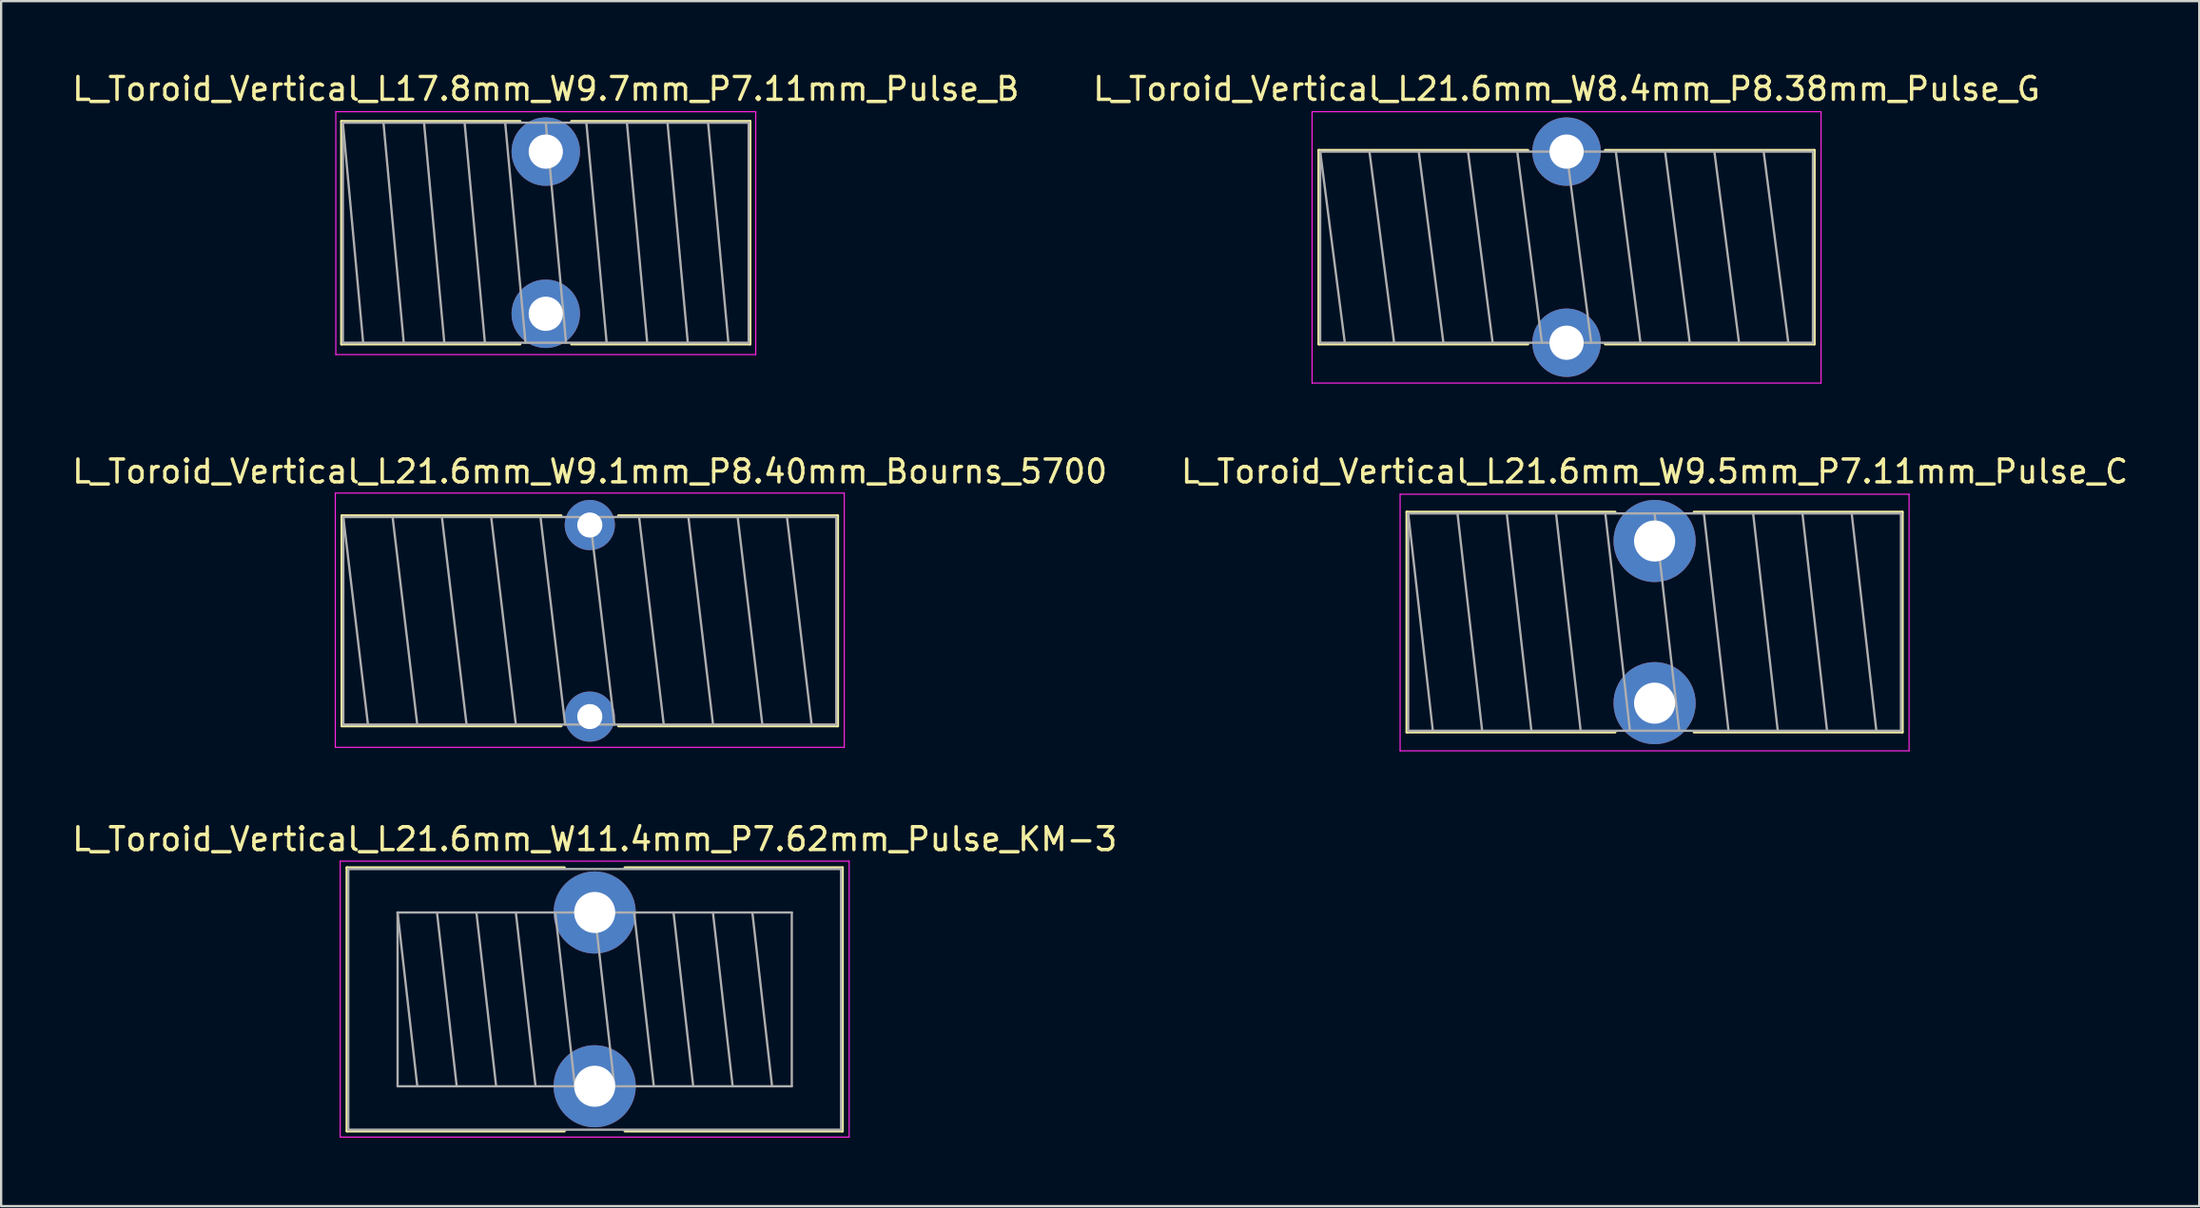
<source format=kicad_pcb>
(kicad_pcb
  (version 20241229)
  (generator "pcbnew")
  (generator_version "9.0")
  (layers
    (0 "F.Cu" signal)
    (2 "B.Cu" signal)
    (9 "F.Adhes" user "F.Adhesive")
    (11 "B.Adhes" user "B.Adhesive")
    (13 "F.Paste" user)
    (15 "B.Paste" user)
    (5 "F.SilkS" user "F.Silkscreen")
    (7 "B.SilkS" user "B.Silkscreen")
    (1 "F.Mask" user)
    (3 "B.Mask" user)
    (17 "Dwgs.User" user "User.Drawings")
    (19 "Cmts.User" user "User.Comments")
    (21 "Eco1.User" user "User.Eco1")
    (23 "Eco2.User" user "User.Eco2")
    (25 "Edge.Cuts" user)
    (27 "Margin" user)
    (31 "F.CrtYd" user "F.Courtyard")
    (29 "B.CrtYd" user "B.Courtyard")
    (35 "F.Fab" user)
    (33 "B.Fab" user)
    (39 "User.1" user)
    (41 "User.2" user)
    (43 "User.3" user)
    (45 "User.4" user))
  (footprint "L_Toroid_Vertical_L21.6mm_W8.4mm_P8.38mm_Pulse_G"
    (layer "F.Cu")
    (at 65.589 3.598)
    (property "Reference" "L_Toroid_Vertical_L21.6mm_W8.4mm_P8.38mm_Pulse_G" (at 0 -2.75 0) (layer "F.SilkS") (effects (font (size 1 1) (thickness 0.15))))
    (attr through_hole)
    (fp_line (start -10.855 -0.06) (end -10.855 8.44) (stroke (width 0.12) (type solid)) (layer "F.SilkS"))
    (fp_line (start -10.855 -0.06) (end -1.695 -0.06) (stroke (width 0.12) (type solid)) (layer "F.SilkS"))
    (fp_line (start -10.855 8.44) (end -1.695 8.44) (stroke (width 0.12) (type solid)) (layer "F.SilkS"))
    (fp_line (start 1.695 -0.06) (end 10.855 -0.06) (stroke (width 0.12) (type solid)) (layer "F.SilkS"))
    (fp_line (start 1.695 8.44) (end 10.855 8.44) (stroke (width 0.12) (type solid)) (layer "F.SilkS"))
    (fp_line (start 10.855 -0.06) (end 10.855 8.44) (stroke (width 0.12) (type solid)) (layer "F.SilkS"))
    (fp_line (start -11.15 -1.75) (end -11.15 10.15) (stroke (width 0.05) (type solid)) (layer "F.CrtYd"))
    (fp_line (start -11.15 10.15) (end 11.15 10.15) (stroke (width 0.05) (type solid)) (layer "F.CrtYd"))
    (fp_line (start 11.15 -1.75) (end -11.15 -1.75) (stroke (width 0.05) (type solid)) (layer "F.CrtYd"))
    (fp_line (start 11.15 10.15) (end 11.15 -1.75) (stroke (width 0.05) (type solid)) (layer "F.CrtYd"))
    (fp_line (start -10.795 0) (end -10.795 8.38) (stroke (width 0.1) (type solid)) (layer "F.Fab"))
    (fp_line (start -10.795 0) (end -9.716 8.38) (stroke (width 0.1) (type solid)) (layer "F.Fab"))
    (fp_line (start -10.795 8.38) (end 10.795 8.38) (stroke (width 0.1) (type solid)) (layer "F.Fab"))
    (fp_line (start -8.636 0) (end -7.556 8.38) (stroke (width 0.1) (type solid)) (layer "F.Fab"))
    (fp_line (start -6.477 0) (end -5.397 8.38) (stroke (width 0.1) (type solid)) (layer "F.Fab"))
    (fp_line (start -4.318 0) (end -3.239 8.38) (stroke (width 0.1) (type solid)) (layer "F.Fab"))
    (fp_line (start -2.159 0) (end -1.079 8.38) (stroke (width 0.1) (type solid)) (layer "F.Fab"))
    (fp_line (start 0 0) (end 1.079 8.38) (stroke (width 0.1) (type solid)) (layer "F.Fab"))
    (fp_line (start 2.159 0) (end 3.239 8.38) (stroke (width 0.1) (type solid)) (layer "F.Fab"))
    (fp_line (start 4.318 0) (end 5.397 8.38) (stroke (width 0.1) (type solid)) (layer "F.Fab"))
    (fp_line (start 6.477 0) (end 7.556 8.38) (stroke (width 0.1) (type solid)) (layer "F.Fab"))
    (fp_line (start 8.636 0) (end 9.716 8.38) (stroke (width 0.1) (type solid)) (layer "F.Fab"))
    (fp_line (start 10.795 0) (end -10.795 0) (stroke (width 0.1) (type solid)) (layer "F.Fab"))
    (fp_line (start 10.795 8.38) (end 10.795 0) (stroke (width 0.1) (type solid)) (layer "F.Fab"))
    (pad "1" thru_hole circle (at 0 0) (size 3 3) (drill 1.5) (layers "*.Cu" "*.Mask"))
    (pad "2" thru_hole circle (at 0 8.38) (size 3 3) (drill 1.5) (layers "*.Cu" "*.Mask")))
  (footprint "L_Toroid_Vertical_L17.8mm_W9.7mm_P7.11mm_Pulse_B"
    (layer "F.Cu")
    (at 20.863 3.598)
    (property "Reference" "L_Toroid_Vertical_L17.8mm_W9.7mm_P7.11mm_Pulse_B" (at 0 -2.75 0) (layer "F.SilkS") (effects (font (size 1 1) (thickness 0.15))))
    (attr through_hole)
    (fp_line (start -8.95 -1.33) (end -8.95 8.44) (stroke (width 0.12) (type solid)) (layer "F.SilkS"))
    (fp_line (start -8.95 -1.33) (end -1.127 -1.33) (stroke (width 0.12) (type solid)) (layer "F.SilkS"))
    (fp_line (start -8.95 8.44) (end -1.127 8.44) (stroke (width 0.12) (type solid)) (layer "F.SilkS"))
    (fp_line (start 1.127 -1.33) (end 8.95 -1.33) (stroke (width 0.12) (type solid)) (layer "F.SilkS"))
    (fp_line (start 1.127 8.44) (end 8.95 8.44) (stroke (width 0.12) (type solid)) (layer "F.SilkS"))
    (fp_line (start 8.95 -1.33) (end 8.95 8.44) (stroke (width 0.12) (type solid)) (layer "F.SilkS"))
    (fp_line (start -9.2 -1.75) (end -9.2 8.9) (stroke (width 0.05) (type solid)) (layer "F.CrtYd"))
    (fp_line (start -9.2 8.9) (end 9.2 8.9) (stroke (width 0.05) (type solid)) (layer "F.CrtYd"))
    (fp_line (start 9.2 -1.75) (end -9.2 -1.75) (stroke (width 0.05) (type solid)) (layer "F.CrtYd"))
    (fp_line (start 9.2 8.9) (end 9.2 -1.75) (stroke (width 0.05) (type solid)) (layer "F.CrtYd"))
    (fp_line (start -8.89 -1.27) (end -8.89 8.38) (stroke (width 0.1) (type solid)) (layer "F.Fab"))
    (fp_line (start -8.89 -1.27) (end -8.001 8.38) (stroke (width 0.1) (type solid)) (layer "F.Fab"))
    (fp_line (start -8.89 8.38) (end 8.89 8.38) (stroke (width 0.1) (type solid)) (layer "F.Fab"))
    (fp_line (start -7.112 -1.27) (end -6.223 8.38) (stroke (width 0.1) (type solid)) (layer "F.Fab"))
    (fp_line (start -5.334 -1.27) (end -4.445 8.38) (stroke (width 0.1) (type solid)) (layer "F.Fab"))
    (fp_line (start -3.556 -1.27) (end -2.667 8.38) (stroke (width 0.1) (type solid)) (layer "F.Fab"))
    (fp_line (start -1.778 -1.27) (end -0.889 8.38) (stroke (width 0.1) (type solid)) (layer "F.Fab"))
    (fp_line (start 0 -1.27) (end 0.889 8.38) (stroke (width 0.1) (type solid)) (layer "F.Fab"))
    (fp_line (start 1.778 -1.27) (end 2.667 8.38) (stroke (width 0.1) (type solid)) (layer "F.Fab"))
    (fp_line (start 3.556 -1.27) (end 4.445 8.38) (stroke (width 0.1) (type solid)) (layer "F.Fab"))
    (fp_line (start 5.334 -1.27) (end 6.223 8.38) (stroke (width 0.1) (type solid)) (layer "F.Fab"))
    (fp_line (start 7.112 -1.27) (end 8.001 8.38) (stroke (width 0.1) (type solid)) (layer "F.Fab"))
    (fp_line (start 8.89 -1.27) (end -8.89 -1.27) (stroke (width 0.1) (type solid)) (layer "F.Fab"))
    (fp_line (start 8.89 8.38) (end 8.89 -1.27) (stroke (width 0.1) (type solid)) (layer "F.Fab"))
    (pad "1" thru_hole circle (at 0 0) (size 3 3) (drill 1.5) (layers "*.Cu" "*.Mask"))
    (pad "2" thru_hole circle (at 0 7.11) (size 3 3) (drill 1.5) (layers "*.Cu" "*.Mask")))
  (footprint "L_Toroid_Vertical_L21.6mm_W9.1mm_P8.40mm_Bourns_5700"
    (layer "F.Cu")
    (at 22.792 19.971)
    (property "Reference" "L_Toroid_Vertical_L21.6mm_W9.1mm_P8.40mm_Bourns_5700" (at 0 -2.35 0) (layer "F.SilkS") (effects (font (size 1 1) (thickness 0.15))))
    (attr through_hole)
    (fp_line (start -10.861 -0.41) (end -10.861 8.81) (stroke (width 0.12) (type solid)) (layer "F.SilkS"))
    (fp_line (start -10.861 -0.41) (end -1.255 -0.41) (stroke (width 0.12) (type solid)) (layer "F.SilkS"))
    (fp_line (start -10.861 8.81) (end -1.255 8.81) (stroke (width 0.12) (type solid)) (layer "F.SilkS"))
    (fp_line (start 1.255 -0.41) (end 10.861 -0.41) (stroke (width 0.12) (type solid)) (layer "F.SilkS"))
    (fp_line (start 1.255 8.81) (end 10.861 8.81) (stroke (width 0.12) (type solid)) (layer "F.SilkS"))
    (fp_line (start 10.861 -0.41) (end 10.861 8.81) (stroke (width 0.12) (type solid)) (layer "F.SilkS"))
    (fp_line (start -11.15 -1.4) (end -11.15 9.75) (stroke (width 0.05) (type solid)) (layer "F.CrtYd"))
    (fp_line (start -11.15 9.75) (end 11.15 9.75) (stroke (width 0.05) (type solid)) (layer "F.CrtYd"))
    (fp_line (start 11.15 -1.4) (end -11.15 -1.4) (stroke (width 0.05) (type solid)) (layer "F.CrtYd"))
    (fp_line (start 11.15 9.75) (end 11.15 -1.4) (stroke (width 0.05) (type solid)) (layer "F.CrtYd"))
    (fp_line (start -10.8 -0.35) (end -10.8 8.75) (stroke (width 0.1) (type solid)) (layer "F.Fab"))
    (fp_line (start -10.8 -0.35) (end -9.72 8.75) (stroke (width 0.1) (type solid)) (layer "F.Fab"))
    (fp_line (start -10.8 8.75) (end 10.8 8.75) (stroke (width 0.1) (type solid)) (layer "F.Fab"))
    (fp_line (start -8.64 -0.35) (end -7.56 8.75) (stroke (width 0.1) (type solid)) (layer "F.Fab"))
    (fp_line (start -6.48 -0.35) (end -5.4 8.75) (stroke (width 0.1) (type solid)) (layer "F.Fab"))
    (fp_line (start -4.32 -0.35) (end -3.24 8.75) (stroke (width 0.1) (type solid)) (layer "F.Fab"))
    (fp_line (start -2.16 -0.35) (end -1.08 8.75) (stroke (width 0.1) (type solid)) (layer "F.Fab"))
    (fp_line (start 0 -0.35) (end 1.08 8.75) (stroke (width 0.1) (type solid)) (layer "F.Fab"))
    (fp_line (start 2.16 -0.35) (end 3.24 8.75) (stroke (width 0.1) (type solid)) (layer "F.Fab"))
    (fp_line (start 4.32 -0.35) (end 5.4 8.75) (stroke (width 0.1) (type solid)) (layer "F.Fab"))
    (fp_line (start 6.48 -0.35) (end 7.56 8.75) (stroke (width 0.1) (type solid)) (layer "F.Fab"))
    (fp_line (start 8.64 -0.35) (end 9.72 8.75) (stroke (width 0.1) (type solid)) (layer "F.Fab"))
    (fp_line (start 10.8 -0.35) (end -10.8 -0.35) (stroke (width 0.1) (type solid)) (layer "F.Fab"))
    (fp_line (start 10.8 8.75) (end 10.8 -0.35) (stroke (width 0.1) (type solid)) (layer "F.Fab"))
    (pad "1" thru_hole circle (at 0 0) (size 2.2 2.2) (drill 1.1) (layers "*.Cu" "*.Mask"))
    (pad "2" thru_hole circle (at 0 8.4) (size 2.2 2.2) (drill 1.1) (layers "*.Cu" "*.Mask")))
  (footprint "L_Toroid_Vertical_L21.6mm_W11.4mm_P7.62mm_Pulse_KM-3"
    (layer "F.Cu")
    (at 23.006 36.96)
    (property "Reference" "L_Toroid_Vertical_L21.6mm_W11.4mm_P7.62mm_Pulse_KM-3" (at 0 -3.215 0) (layer "F.SilkS") (effects (font (size 1 1) (thickness 0.15))))
    (attr through_hole)
    (fp_line (start -10.855 -1.965) (end -10.855 9.585) (stroke (width 0.12) (type solid)) (layer "F.SilkS"))
    (fp_line (start -10.855 -1.965) (end -1.325 -1.965) (stroke (width 0.12) (type solid)) (layer "F.SilkS"))
    (fp_line (start -10.855 9.585) (end -1.325 9.585) (stroke (width 0.12) (type solid)) (layer "F.SilkS"))
    (fp_line (start 1.325 -1.965) (end 10.855 -1.965) (stroke (width 0.12) (type solid)) (layer "F.SilkS"))
    (fp_line (start 1.325 9.585) (end 10.855 9.585) (stroke (width 0.12) (type solid)) (layer "F.SilkS"))
    (fp_line (start 10.855 -1.965) (end 10.855 9.585) (stroke (width 0.12) (type solid)) (layer "F.SilkS"))
    (fp_line (start -11.15 -2.25) (end -11.15 9.85) (stroke (width 0.05) (type solid)) (layer "F.CrtYd"))
    (fp_line (start -11.15 9.85) (end 11.15 9.85) (stroke (width 0.05) (type solid)) (layer "F.CrtYd"))
    (fp_line (start 11.15 -2.25) (end -11.15 -2.25) (stroke (width 0.05) (type solid)) (layer "F.CrtYd"))
    (fp_line (start 11.15 9.85) (end 11.15 -2.25) (stroke (width 0.05) (type solid)) (layer "F.CrtYd"))
    (fp_line (start -10.795 -1.905) (end -10.795 9.525) (stroke (width 0.1) (type solid)) (layer "F.Fab"))
    (fp_line (start -10.795 9.525) (end 10.795 9.525) (stroke (width 0.1) (type solid)) (layer "F.Fab"))
    (fp_line (start -8.636 0) (end -8.636 7.62) (stroke (width 0.1) (type solid)) (layer "F.Fab"))
    (fp_line (start -8.636 0) (end -7.772 7.62) (stroke (width 0.1) (type solid)) (layer "F.Fab"))
    (fp_line (start -8.636 7.62) (end 8.636 7.62) (stroke (width 0.1) (type solid)) (layer "F.Fab"))
    (fp_line (start -6.909 0) (end -6.045 7.62) (stroke (width 0.1) (type solid)) (layer "F.Fab"))
    (fp_line (start -5.182 0) (end -4.318 7.62) (stroke (width 0.1) (type solid)) (layer "F.Fab"))
    (fp_line (start -3.454 0) (end -2.591 7.62) (stroke (width 0.1) (type solid)) (layer "F.Fab"))
    (fp_line (start -1.727 0) (end -0.864 7.62) (stroke (width 0.1) (type solid)) (layer "F.Fab"))
    (fp_line (start 0 0) (end 0.864 7.62) (stroke (width 0.1) (type solid)) (layer "F.Fab"))
    (fp_line (start 1.727 0) (end 2.591 7.62) (stroke (width 0.1) (type solid)) (layer "F.Fab"))
    (fp_line (start 3.454 0) (end 4.318 7.62) (stroke (width 0.1) (type solid)) (layer "F.Fab"))
    (fp_line (start 5.182 0) (end 6.045 7.62) (stroke (width 0.1) (type solid)) (layer "F.Fab"))
    (fp_line (start 6.909 0) (end 7.772 7.62) (stroke (width 0.1) (type solid)) (layer "F.Fab"))
    (fp_line (start 8.636 0) (end -8.636 0) (stroke (width 0.1) (type solid)) (layer "F.Fab"))
    (fp_line (start 8.636 7.62) (end 8.636 0) (stroke (width 0.1) (type solid)) (layer "F.Fab"))
    (fp_line (start 10.795 -1.905) (end -10.795 -1.905) (stroke (width 0.1) (type solid)) (layer "F.Fab"))
    (fp_line (start 10.795 9.525) (end 10.795 -1.905) (stroke (width 0.1) (type solid)) (layer "F.Fab"))
    (pad "1" thru_hole circle (at 0 0) (size 3.6 3.6) (drill 1.8) (layers "*.Cu" "*.Mask"))
    (pad "2" thru_hole circle (at 0 7.62) (size 3.6 3.6) (drill 1.8) (layers "*.Cu" "*.Mask")))
  (footprint "L_Toroid_Vertical_L21.6mm_W9.5mm_P7.11mm_Pulse_C"
    (layer "F.Cu")
    (at 69.446 20.672)
    (property "Reference" "L_Toroid_Vertical_L21.6mm_W9.5mm_P7.11mm_Pulse_C" (at 0 -3.05 0) (layer "F.SilkS") (effects (font (size 1 1) (thickness 0.15))))
    (attr through_hole)
    (fp_line (start -10.855 -1.27) (end -10.855 8.38) (stroke (width 0.12) (type solid)) (layer "F.SilkS"))
    (fp_line (start -10.855 -1.27) (end -1.73 -1.27) (stroke (width 0.12) (type solid)) (layer "F.SilkS"))
    (fp_line (start -10.855 8.38) (end -1.73 8.38) (stroke (width 0.12) (type solid)) (layer "F.SilkS"))
    (fp_line (start 1.73 -1.27) (end 10.855 -1.27) (stroke (width 0.12) (type solid)) (layer "F.SilkS"))
    (fp_line (start 1.73 8.38) (end 10.855 8.38) (stroke (width 0.12) (type solid)) (layer "F.SilkS"))
    (fp_line (start 10.855 -1.27) (end 10.855 8.38) (stroke (width 0.12) (type solid)) (layer "F.SilkS"))
    (fp_line (start -11.15 -2.05) (end -11.15 9.2) (stroke (width 0.05) (type solid)) (layer "F.CrtYd"))
    (fp_line (start -11.15 9.2) (end 11.15 9.2) (stroke (width 0.05) (type solid)) (layer "F.CrtYd"))
    (fp_line (start 11.15 -2.05) (end -11.15 -2.05) (stroke (width 0.05) (type solid)) (layer "F.CrtYd"))
    (fp_line (start 11.15 9.2) (end 11.15 -2.05) (stroke (width 0.05) (type solid)) (layer "F.CrtYd"))
    (fp_line (start -10.795 -1.21) (end -10.795 8.32) (stroke (width 0.1) (type solid)) (layer "F.Fab"))
    (fp_line (start -10.795 -1.21) (end -9.716 8.32) (stroke (width 0.1) (type solid)) (layer "F.Fab"))
    (fp_line (start -10.795 8.32) (end 10.795 8.32) (stroke (width 0.1) (type solid)) (layer "F.Fab"))
    (fp_line (start -8.636 -1.21) (end -7.556 8.32) (stroke (width 0.1) (type solid)) (layer "F.Fab"))
    (fp_line (start -6.477 -1.21) (end -5.397 8.32) (stroke (width 0.1) (type solid)) (layer "F.Fab"))
    (fp_line (start -4.318 -1.21) (end -3.239 8.32) (stroke (width 0.1) (type solid)) (layer "F.Fab"))
    (fp_line (start -2.159 -1.21) (end -1.079 8.32) (stroke (width 0.1) (type solid)) (layer "F.Fab"))
    (fp_line (start 0 -1.21) (end 1.079 8.32) (stroke (width 0.1) (type solid)) (layer "F.Fab"))
    (fp_line (start 2.159 -1.21) (end 3.239 8.32) (stroke (width 0.1) (type solid)) (layer "F.Fab"))
    (fp_line (start 4.318 -1.21) (end 5.397 8.32) (stroke (width 0.1) (type solid)) (layer "F.Fab"))
    (fp_line (start 6.477 -1.21) (end 7.556 8.32) (stroke (width 0.1) (type solid)) (layer "F.Fab"))
    (fp_line (start 8.636 -1.21) (end 9.716 8.32) (stroke (width 0.1) (type solid)) (layer "F.Fab"))
    (fp_line (start 10.795 -1.21) (end -10.795 -1.21) (stroke (width 0.1) (type solid)) (layer "F.Fab"))
    (fp_line (start 10.795 8.32) (end 10.795 -1.21) (stroke (width 0.1) (type solid)) (layer "F.Fab"))
    (pad "1" thru_hole circle (at 0 0) (size 3.6 3.6) (drill 1.8) (layers "*.Cu" "*.Mask"))
    (pad "2" thru_hole circle (at 0 7.11) (size 3.6 3.6) (drill 1.8) (layers "*.Cu" "*.Mask")))
  (gr_rect
    (start -3 -3)
    (end 93.31 49.835)
    (stroke (width 0.1) (type default))
    (fill no)
    (layer "Edge.Cuts")))
</source>
